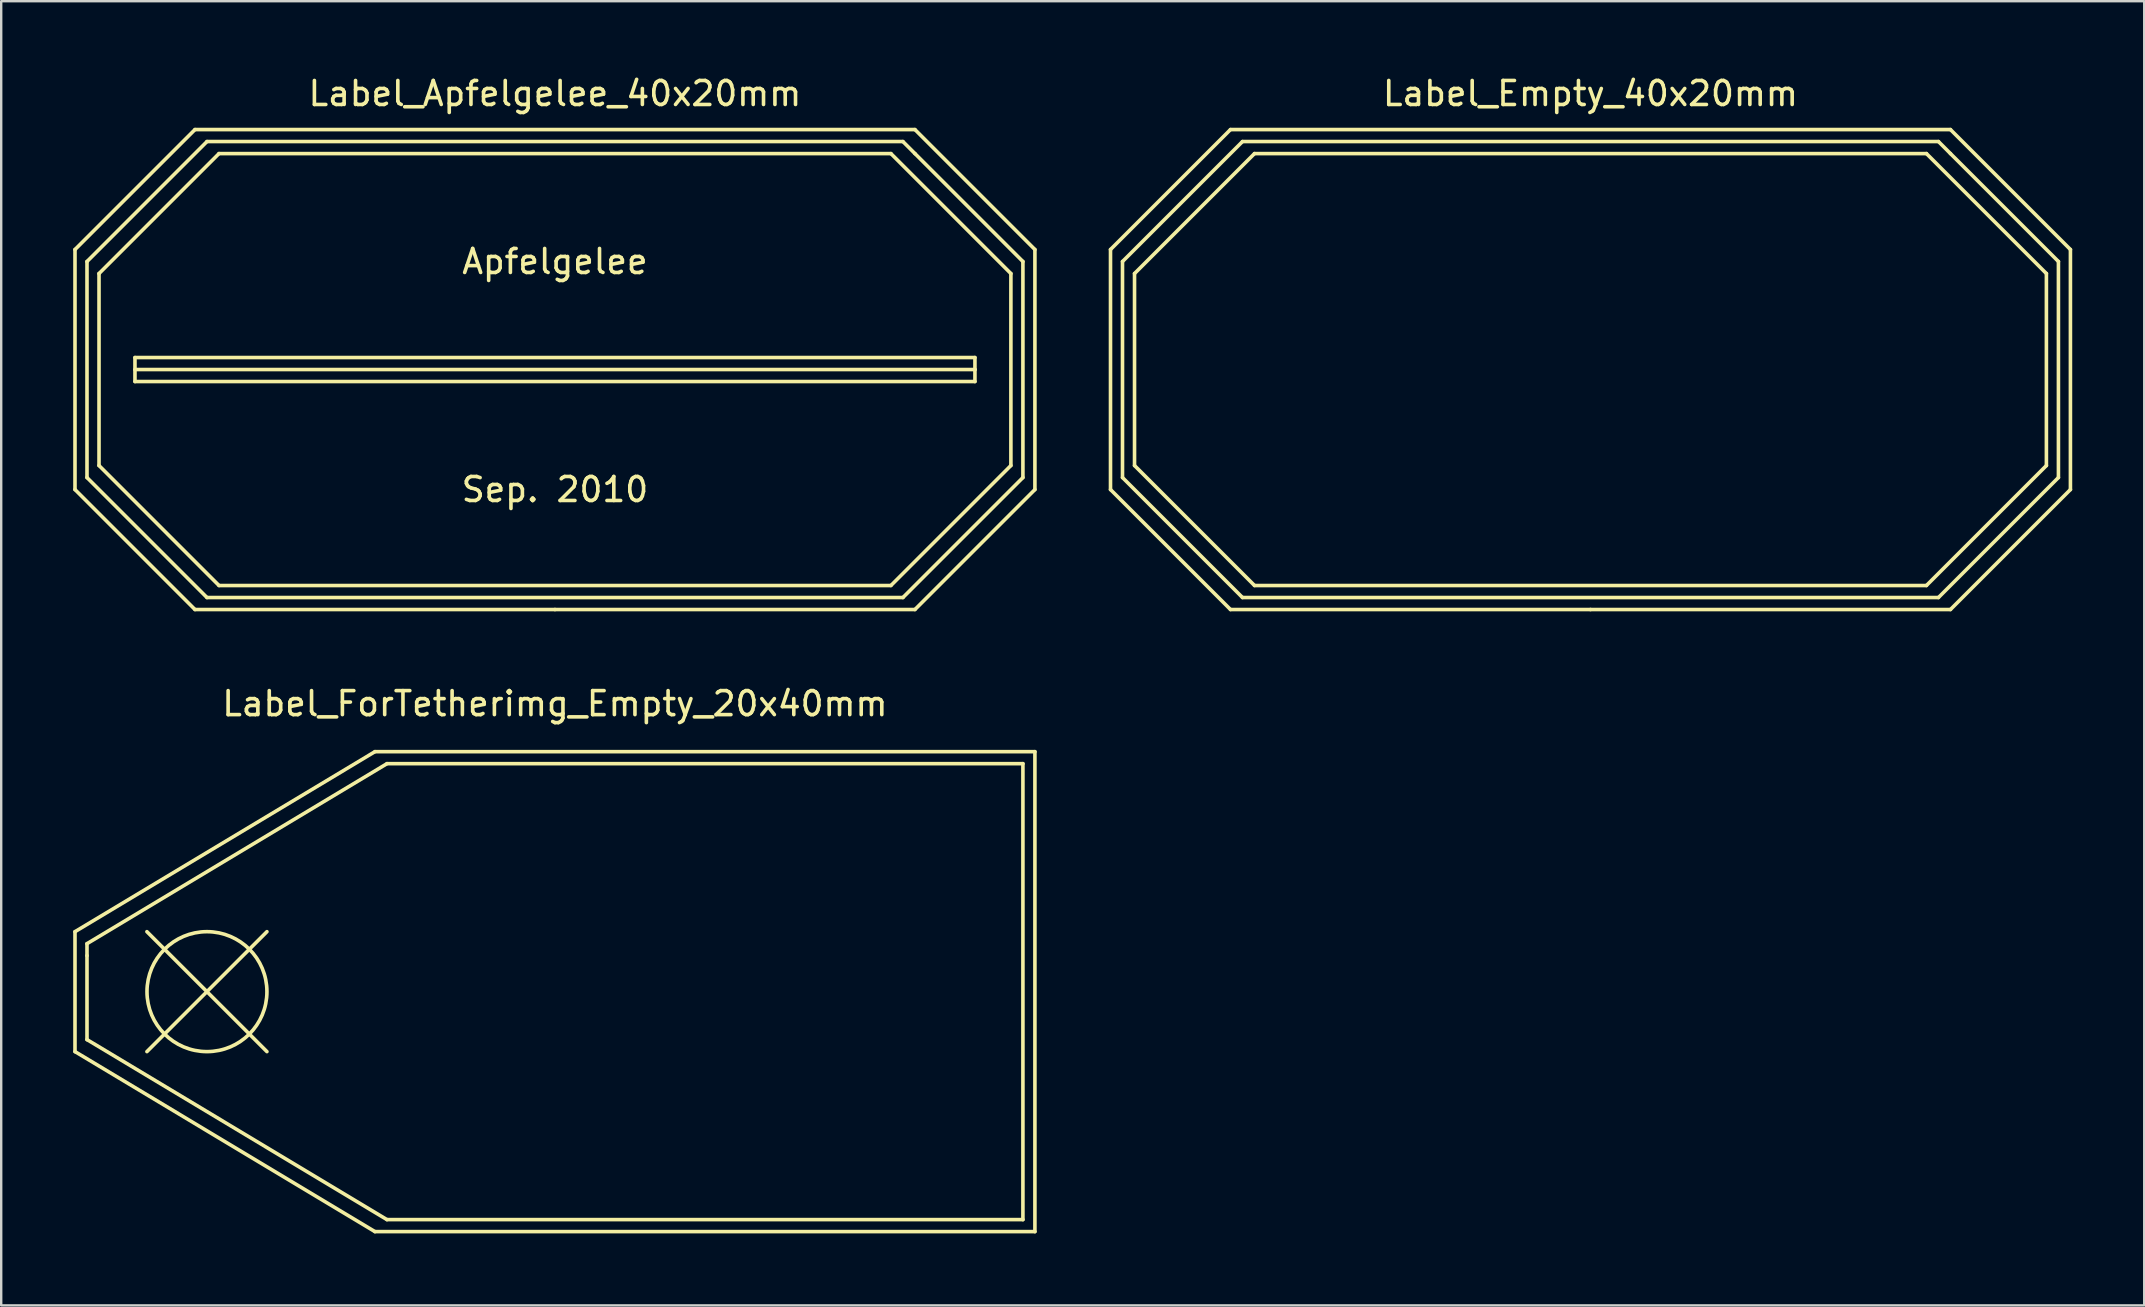
<source format=kicad_pcb>
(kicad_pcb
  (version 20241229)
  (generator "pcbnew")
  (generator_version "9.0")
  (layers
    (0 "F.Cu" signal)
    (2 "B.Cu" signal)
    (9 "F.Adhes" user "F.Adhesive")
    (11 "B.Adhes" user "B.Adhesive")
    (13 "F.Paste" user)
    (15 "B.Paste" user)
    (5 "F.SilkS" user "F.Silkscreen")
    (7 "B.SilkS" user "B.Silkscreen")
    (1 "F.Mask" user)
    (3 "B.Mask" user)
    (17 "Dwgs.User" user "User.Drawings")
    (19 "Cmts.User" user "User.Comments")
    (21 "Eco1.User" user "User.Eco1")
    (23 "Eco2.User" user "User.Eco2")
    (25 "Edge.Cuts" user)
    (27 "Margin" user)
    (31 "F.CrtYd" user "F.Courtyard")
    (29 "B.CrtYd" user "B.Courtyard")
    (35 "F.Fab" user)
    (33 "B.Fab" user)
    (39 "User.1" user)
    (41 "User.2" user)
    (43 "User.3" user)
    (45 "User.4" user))
  (footprint "Label_ForTetherimg_Empty_20x40mm"
    (layer "F.Cu")
    (at 20.075 38.272)
    (property "Reference" "Label_ForTetherimg_Empty_20x40mm" (at 0 -11.999 0) (layer "F.SilkS") (effects (font (size 1 1) (thickness 0.15))))
    (attr through_hole)
    (fp_line (start -20 -2.499) (end -20 2.499) (stroke (width 0.15) (type solid)) (layer "F.SilkS"))
    (fp_line (start -20 -2.499) (end -7.501 -10) (stroke (width 0.15) (type solid)) (layer "F.SilkS"))
    (fp_line (start -20 2.499) (end -7.501 10) (stroke (width 0.15) (type solid)) (layer "F.SilkS"))
    (fp_line (start -19.5 -1.999) (end -19.5 -1.501) (stroke (width 0.15) (type solid)) (layer "F.SilkS"))
    (fp_line (start -19.5 -1.999) (end -7 -9.5) (stroke (width 0.15) (type solid)) (layer "F.SilkS"))
    (fp_line (start -19.5 1.999) (end -19.5 -1.501) (stroke (width 0.15) (type solid)) (layer "F.SilkS"))
    (fp_line (start -17.003 -2.499) (end -12.002 2.499) (stroke (width 0.15) (type solid)) (layer "F.SilkS"))
    (fp_line (start -17.003 2.499) (end -12.002 -2.499) (stroke (width 0.15) (type solid)) (layer "F.SilkS"))
    (fp_line (start -7.501 -10) (end 20 -10) (stroke (width 0.15) (type solid)) (layer "F.SilkS"))
    (fp_line (start -7 -9.5) (end 19.5 -9.5) (stroke (width 0.15) (type solid)) (layer "F.SilkS"))
    (fp_line (start -7 9.5) (end -19.5 1.999) (stroke (width 0.15) (type solid)) (layer "F.SilkS"))
    (fp_line (start 19.5 -9.5) (end 19.5 9.5) (stroke (width 0.15) (type solid)) (layer "F.SilkS"))
    (fp_line (start 19.5 9.5) (end -7 9.5) (stroke (width 0.15) (type solid)) (layer "F.SilkS"))
    (fp_line (start 20 -10) (end 20 10) (stroke (width 0.15) (type solid)) (layer "F.SilkS"))
    (fp_line (start 20 10) (end -7.501 10) (stroke (width 0.15) (type solid)) (layer "F.SilkS"))
    (fp_circle (center -14.501 0) (end -12.002 0) (stroke (width 0.15) (type solid)) (fill no) (layer "F.SilkS")))
  (footprint "Label_Empty_40x20mm"
    (layer "F.Cu")
    (at 63.225 12.349)
    (property "Reference" "Label_Empty_40x20mm" (at 0 -11.501 0) (layer "F.SilkS") (effects (font (size 1 1) (thickness 0.15))))
    (attr through_hole)
    (fp_line (start -20 -5.001) (end -20 5.001) (stroke (width 0.15) (type solid)) (layer "F.SilkS"))
    (fp_line (start -20 5.001) (end -15.001 10) (stroke (width 0.15) (type solid)) (layer "F.SilkS"))
    (fp_line (start -19.5 -4.501) (end -14.501 -9.5) (stroke (width 0.15) (type solid)) (layer "F.SilkS"))
    (fp_line (start -19.5 4.501) (end -19.5 -4.501) (stroke (width 0.15) (type solid)) (layer "F.SilkS"))
    (fp_line (start -18.999 -4) (end -14 -8.999) (stroke (width 0.15) (type solid)) (layer "F.SilkS"))
    (fp_line (start -18.999 4) (end -18.999 -4) (stroke (width 0.15) (type solid)) (layer "F.SilkS"))
    (fp_line (start -15.001 -10) (end -20 -5.001) (stroke (width 0.15) (type solid)) (layer "F.SilkS"))
    (fp_line (start -15.001 -10) (end 15.001 -10) (stroke (width 0.15) (type solid)) (layer "F.SilkS"))
    (fp_line (start -15.001 10) (end 0 10) (stroke (width 0.15) (type solid)) (layer "F.SilkS"))
    (fp_line (start -14.501 -9.5) (end 14.501 -9.5) (stroke (width 0.15) (type solid)) (layer "F.SilkS"))
    (fp_line (start -14.501 9.5) (end -19.5 4.501) (stroke (width 0.15) (type solid)) (layer "F.SilkS"))
    (fp_line (start -14 -8.999) (end 14 -8.999) (stroke (width 0.15) (type solid)) (layer "F.SilkS"))
    (fp_line (start -14 8.999) (end -18.999 4) (stroke (width 0.15) (type solid)) (layer "F.SilkS"))
    (fp_line (start 0 10) (end 15.001 10) (stroke (width 0.15) (type solid)) (layer "F.SilkS"))
    (fp_line (start 14 -8.999) (end 18.999 -4) (stroke (width 0.15) (type solid)) (layer "F.SilkS"))
    (fp_line (start 14 8.999) (end -14 8.999) (stroke (width 0.15) (type solid)) (layer "F.SilkS"))
    (fp_line (start 14.501 -9.5) (end 15.001 -8.999) (stroke (width 0.15) (type solid)) (layer "F.SilkS"))
    (fp_line (start 14.501 9.5) (end -14.501 9.5) (stroke (width 0.15) (type solid)) (layer "F.SilkS"))
    (fp_line (start 15.001 -10) (end 20 -5.001) (stroke (width 0.15) (type solid)) (layer "F.SilkS"))
    (fp_line (start 15.001 -8.999) (end 19.5 -4.501) (stroke (width 0.15) (type solid)) (layer "F.SilkS"))
    (fp_line (start 18.999 -4) (end 18.999 4) (stroke (width 0.15) (type solid)) (layer "F.SilkS"))
    (fp_line (start 18.999 4) (end 14 8.999) (stroke (width 0.15) (type solid)) (layer "F.SilkS"))
    (fp_line (start 19.5 -4.501) (end 19.5 4.501) (stroke (width 0.15) (type solid)) (layer "F.SilkS"))
    (fp_line (start 19.5 4.501) (end 14.501 9.5) (stroke (width 0.15) (type solid)) (layer "F.SilkS"))
    (fp_line (start 20 -5.001) (end 20 5.001) (stroke (width 0.15) (type solid)) (layer "F.SilkS"))
    (fp_line (start 20 5.001) (end 15.001 10) (stroke (width 0.15) (type solid)) (layer "F.SilkS")))
  (footprint "Label_Apfelgelee_40x20mm"
    (layer "F.Cu")
    (at 20.075 12.349)
    (property "Reference" "Label_Apfelgelee_40x20mm" (at 0 -11.501 0) (layer "F.SilkS") (effects (font (size 1 1) (thickness 0.15))))
    (attr through_hole)
    (fp_line (start -20 -5.001) (end -20 5.001) (stroke (width 0.15) (type solid)) (layer "F.SilkS"))
    (fp_line (start -20 5.001) (end -15.001 10) (stroke (width 0.15) (type solid)) (layer "F.SilkS"))
    (fp_line (start -19.5 -4.501) (end -14.501 -9.5) (stroke (width 0.15) (type solid)) (layer "F.SilkS"))
    (fp_line (start -19.5 4.501) (end -19.5 -4.501) (stroke (width 0.15) (type solid)) (layer "F.SilkS"))
    (fp_line (start -18.999 -4) (end -14 -8.999) (stroke (width 0.15) (type solid)) (layer "F.SilkS"))
    (fp_line (start -18.999 4) (end -18.999 -4) (stroke (width 0.15) (type solid)) (layer "F.SilkS"))
    (fp_line (start -17.501 -0.5) (end -17.501 0.5) (stroke (width 0.15) (type solid)) (layer "F.SilkS"))
    (fp_line (start -17.501 0) (end 17.501 0) (stroke (width 0.15) (type solid)) (layer "F.SilkS"))
    (fp_line (start -17.501 0.5) (end 17.501 0.5) (stroke (width 0.15) (type solid)) (layer "F.SilkS"))
    (fp_line (start -15.001 -10) (end -20 -5.001) (stroke (width 0.15) (type solid)) (layer "F.SilkS"))
    (fp_line (start -15.001 -10) (end 15.001 -10) (stroke (width 0.15) (type solid)) (layer "F.SilkS"))
    (fp_line (start -15.001 10) (end 0 10) (stroke (width 0.15) (type solid)) (layer "F.SilkS"))
    (fp_line (start -14.501 -9.5) (end 14.501 -9.5) (stroke (width 0.15) (type solid)) (layer "F.SilkS"))
    (fp_line (start -14.501 9.5) (end -19.5 4.501) (stroke (width 0.15) (type solid)) (layer "F.SilkS"))
    (fp_line (start -14 -8.999) (end 14 -8.999) (stroke (width 0.15) (type solid)) (layer "F.SilkS"))
    (fp_line (start -14 8.999) (end -18.999 4) (stroke (width 0.15) (type solid)) (layer "F.SilkS"))
    (fp_line (start 0 10) (end 15.001 10) (stroke (width 0.15) (type solid)) (layer "F.SilkS"))
    (fp_line (start 14 -8.999) (end 18.999 -4) (stroke (width 0.15) (type solid)) (layer "F.SilkS"))
    (fp_line (start 14 8.999) (end -14 8.999) (stroke (width 0.15) (type solid)) (layer "F.SilkS"))
    (fp_line (start 14.501 -9.5) (end 15.001 -8.999) (stroke (width 0.15) (type solid)) (layer "F.SilkS"))
    (fp_line (start 14.501 9.5) (end -14.501 9.5) (stroke (width 0.15) (type solid)) (layer "F.SilkS"))
    (fp_line (start 15.001 -10) (end 20 -5.001) (stroke (width 0.15) (type solid)) (layer "F.SilkS"))
    (fp_line (start 15.001 -8.999) (end 19.5 -4.501) (stroke (width 0.15) (type solid)) (layer "F.SilkS"))
    (fp_line (start 17.501 -0.5) (end -17.501 -0.5) (stroke (width 0.15) (type solid)) (layer "F.SilkS"))
    (fp_line (start 17.501 0) (end 17.501 -0.5) (stroke (width 0.15) (type solid)) (layer "F.SilkS"))
    (fp_line (start 17.501 0.5) (end 17.501 0) (stroke (width 0.15) (type solid)) (layer "F.SilkS"))
    (fp_line (start 18.999 -4) (end 18.999 4) (stroke (width 0.15) (type solid)) (layer "F.SilkS"))
    (fp_line (start 18.999 4) (end 14 8.999) (stroke (width 0.15) (type solid)) (layer "F.SilkS"))
    (fp_line (start 19.5 -4.501) (end 19.5 4.501) (stroke (width 0.15) (type solid)) (layer "F.SilkS"))
    (fp_line (start 19.5 4.501) (end 14.501 9.5) (stroke (width 0.15) (type solid)) (layer "F.SilkS"))
    (fp_line (start 20 -5.001) (end 20 5.001) (stroke (width 0.15) (type solid)) (layer "F.SilkS"))
    (fp_line (start 20 5.001) (end 15.001 10) (stroke (width 0.15) (type solid)) (layer "F.SilkS"))
    (fp_text user "Sep. 2010" (at 0 5.001 0) (layer "F.SilkS") (effects (font (size 1 1) (thickness 0.15))))
    (fp_text user "Apfelgelee" (at 0 -4.501 0) (layer "F.SilkS") (effects (font (size 1 1) (thickness 0.15)))))
  (gr_rect
    (start -3 -3)
    (end 86.3 51.347)
    (stroke (width 0.1) (type default))
    (fill no)
    (layer "Edge.Cuts")))
</source>
